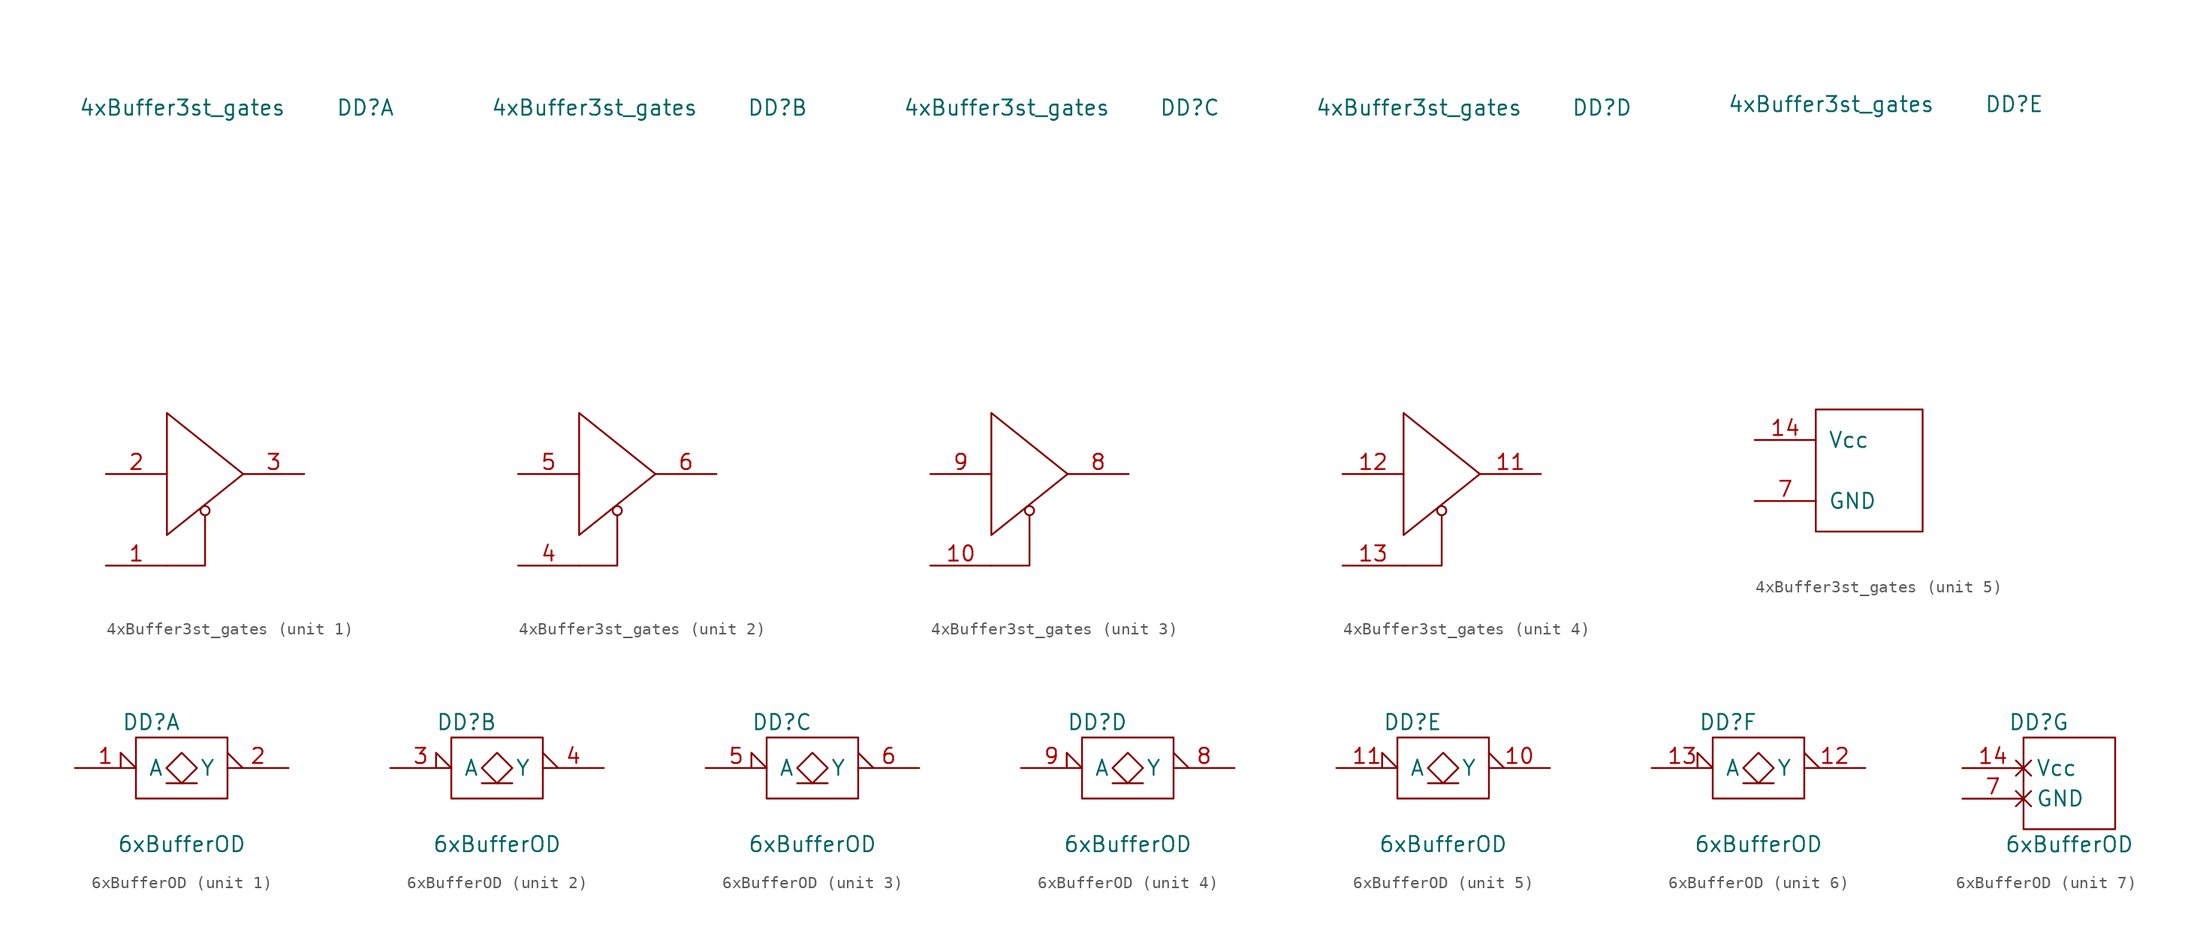
<source format=kicad_sym>
(kicad_symbol_lib
  (version 20201005)
  (generator kicad_symbol_editor)
  (symbol "standard_logic:4xBuffer3st_gates"
    (pin_names
      (offset 1.016))
    (property "Reference" "DD"
      (at 13.97 30.48 0)
      (effects (font (size 1.27 1.27))))
    (property "Value" "4xBuffer3st_gates"
      (at -1.27 30.48 0)
      (effects (font (size 1.27 1.27))))
    (property "ki_locked" ""
      (at 0 0 0)
      (effects (font (size 1.27 1.27))))
    (symbol "4xBuffer3st_gates_1_1"
      (circle (center 0.635 -3.048) (radius 0.381) (stroke (width 0)) (fill (type none)))
      (polyline (pts (xy -2.54 -7.62) (xy 0 -7.62) (xy 0.635 -7.62) (xy 0.635 -3.429)) (stroke (width 0)) (fill (type none)))
      (polyline (pts (xy -2.54 -5.08) (xy -2.54 5.08) (xy 3.81 0) (xy -2.54 -5.08)) (stroke (width 0)) (fill (type none)))
      (pin passive line (at -7.62 -7.62 0) (length 5.08) (name "~" (effects (font (size 1.27 1.27)))) (number "1" (effects (font (size 1.27 1.27)))))
      (pin passive line (at -7.62 0 0) (length 5.08) (name "~" (effects (font (size 1.27 1.27)))) (number "2" (effects (font (size 1.27 1.27)))))
      (pin passive line (at 8.89 0 180) (length 5.08) (name "~" (effects (font (size 1.27 1.27)))) (number "3" (effects (font (size 1.27 1.27))))))
    (symbol "4xBuffer3st_gates_2_1"
      (circle (center 0.635 -3.048) (radius 0.381) (stroke (width 0)) (fill (type none)))
      (polyline (pts (xy -2.54 -7.62) (xy 0 -7.62) (xy 0.635 -7.62) (xy 0.635 -3.429)) (stroke (width 0)) (fill (type none)))
      (polyline (pts (xy -2.54 -5.08) (xy -2.54 5.08) (xy 3.81 0) (xy -2.54 -5.08)) (stroke (width 0)) (fill (type none)))
      (pin passive line (at -7.62 -7.62 0) (length 5.08) (name "~" (effects (font (size 1.27 1.27)))) (number "4" (effects (font (size 1.27 1.27)))))
      (pin passive line (at -7.62 0 0) (length 5.08) (name "~" (effects (font (size 1.27 1.27)))) (number "5" (effects (font (size 1.27 1.27)))))
      (pin passive line (at 8.89 0 180) (length 5.08) (name "~" (effects (font (size 1.27 1.27)))) (number "6" (effects (font (size 1.27 1.27))))))
    (symbol "4xBuffer3st_gates_3_1"
      (circle (center 0.635 -3.048) (radius 0.381) (stroke (width 0)) (fill (type none)))
      (polyline (pts (xy -2.54 -7.62) (xy 0 -7.62) (xy 0.635 -7.62) (xy 0.635 -3.429)) (stroke (width 0)) (fill (type none)))
      (polyline (pts (xy -2.54 -5.08) (xy -2.54 5.08) (xy 3.81 0) (xy -2.54 -5.08)) (stroke (width 0)) (fill (type none)))
      (pin passive line (at -7.62 -7.62 0) (length 5.08) (name "~" (effects (font (size 1.27 1.27)))) (number "10" (effects (font (size 1.27 1.27)))))
      (pin passive line (at 8.89 0 180) (length 5.08) (name "~" (effects (font (size 1.27 1.27)))) (number "8" (effects (font (size 1.27 1.27)))))
      (pin passive line (at -7.62 0 0) (length 5.08) (name "~" (effects (font (size 1.27 1.27)))) (number "9" (effects (font (size 1.27 1.27))))))
    (symbol "4xBuffer3st_gates_4_1"
      (circle (center 0.635 -3.048) (radius 0.381) (stroke (width 0)) (fill (type none)))
      (polyline (pts (xy -2.54 -7.62) (xy 0 -7.62) (xy 0.635 -7.62) (xy 0.635 -3.429)) (stroke (width 0)) (fill (type none)))
      (polyline (pts (xy -2.54 -5.08) (xy -2.54 5.08) (xy 3.81 0) (xy -2.54 -5.08)) (stroke (width 0)) (fill (type none)))
      (pin passive line (at 8.89 0 180) (length 5.08) (name "~" (effects (font (size 1.27 1.27)))) (number "11" (effects (font (size 1.27 1.27)))))
      (pin passive line (at -7.62 0 0) (length 5.08) (name "~" (effects (font (size 1.27 1.27)))) (number "12" (effects (font (size 1.27 1.27)))))
      (pin passive line (at -7.62 -7.62 0) (length 5.08) (name "~" (effects (font (size 1.27 1.27)))) (number "13" (effects (font (size 1.27 1.27))))))
    (symbol "4xBuffer3st_gates_5_1"
      (rectangle (start -2.54 5.08) (end 6.35 -5.08) (stroke (width 0)) (fill (type none)))
      (pin power_in line (at -7.62 2.54 0) (length 5.08) (name "Vcc" (effects (font (size 1.27 1.27)))) (number "14" (effects (font (size 1.27 1.27)))))
      (pin power_in line (at -7.62 -2.54 0) (length 5.08) (name "GND" (effects (font (size 1.27 1.27)))) (number "7" (effects (font (size 1.27 1.27)))))))
  (symbol "standard_logic:6xBufferOD"
    (pin_names
      (offset 1.016))
    (property "Reference" "DD"
      (at -2.54 3.81 0)
      (effects (font (size 1.27 1.27))))
    (property "Value" "6xBufferOD"
      (at 0 -6.35 0)
      (effects (font (size 1.27 1.27))))
    (property "ki_locked" ""
      (at 0 0 0)
      (effects (font (size 1.27 1.27))))
    (symbol "6xBufferOD_1_1"
      (rectangle (start -3.81 2.54) (end 3.81 -2.54) (stroke (width 0)) (fill (type none)))
      (polyline (pts (xy -1.27 -1.27) (xy 1.27 -1.27)) (stroke (width 0)) (fill (type none)))
      (polyline (pts (xy -1.27 0) (xy 0 1.27) (xy 1.27 0) (xy 0 -1.27) (xy -1.27 0)) (stroke (width 0)) (fill (type none)))
      (pin passive input_low (at -8.89 0 0) (length 5.08) (name "A" (effects (font (size 1.27 1.27)))) (number "1" (effects (font (size 1.27 1.27)))))
      (pin passive output_low (at 8.89 0 180) (length 5.08) (name "Y" (effects (font (size 1.27 1.27)))) (number "2" (effects (font (size 1.27 1.27))))))
    (symbol "6xBufferOD_2_1"
      (rectangle (start -3.81 2.54) (end 3.81 -2.54) (stroke (width 0)) (fill (type none)))
      (polyline (pts (xy -1.27 -1.27) (xy 1.27 -1.27)) (stroke (width 0)) (fill (type none)))
      (polyline (pts (xy -1.27 0) (xy 0 1.27) (xy 1.27 0) (xy 0 -1.27) (xy -1.27 0)) (stroke (width 0)) (fill (type none)))
      (pin passive input_low (at -8.89 0 0) (length 5.08) (name "A" (effects (font (size 1.27 1.27)))) (number "3" (effects (font (size 1.27 1.27)))))
      (pin passive output_low (at 8.89 0 180) (length 5.08) (name "Y" (effects (font (size 1.27 1.27)))) (number "4" (effects (font (size 1.27 1.27))))))
    (symbol "6xBufferOD_3_1"
      (rectangle (start -3.81 2.54) (end 3.81 -2.54) (stroke (width 0)) (fill (type none)))
      (polyline (pts (xy -1.27 -1.27) (xy 1.27 -1.27)) (stroke (width 0)) (fill (type none)))
      (polyline (pts (xy -1.27 0) (xy 0 1.27) (xy 1.27 0) (xy 0 -1.27) (xy -1.27 0)) (stroke (width 0)) (fill (type none)))
      (pin passive input_low (at -8.89 0 0) (length 5.08) (name "A" (effects (font (size 1.27 1.27)))) (number "5" (effects (font (size 1.27 1.27)))))
      (pin passive output_low (at 8.89 0 180) (length 5.08) (name "Y" (effects (font (size 1.27 1.27)))) (number "6" (effects (font (size 1.27 1.27))))))
    (symbol "6xBufferOD_4_1"
      (rectangle (start -3.81 2.54) (end 3.81 -2.54) (stroke (width 0)) (fill (type none)))
      (polyline (pts (xy -1.27 -1.27) (xy 1.27 -1.27)) (stroke (width 0)) (fill (type none)))
      (polyline (pts (xy -1.27 0) (xy 0 1.27) (xy 1.27 0) (xy 0 -1.27) (xy -1.27 0)) (stroke (width 0)) (fill (type none)))
      (pin passive output_low (at 8.89 0 180) (length 5.08) (name "Y" (effects (font (size 1.27 1.27)))) (number "8" (effects (font (size 1.27 1.27)))))
      (pin passive input_low (at -8.89 0 0) (length 5.08) (name "A" (effects (font (size 1.27 1.27)))) (number "9" (effects (font (size 1.27 1.27))))))
    (symbol "6xBufferOD_5_1"
      (rectangle (start -3.81 2.54) (end 3.81 -2.54) (stroke (width 0)) (fill (type none)))
      (polyline (pts (xy -1.27 -1.27) (xy 1.27 -1.27)) (stroke (width 0)) (fill (type none)))
      (polyline (pts (xy -1.27 0) (xy 0 1.27) (xy 1.27 0) (xy 0 -1.27) (xy -1.27 0)) (stroke (width 0)) (fill (type none)))
      (pin passive output_low (at 8.89 0 180) (length 5.08) (name "Y" (effects (font (size 1.27 1.27)))) (number "10" (effects (font (size 1.27 1.27)))))
      (pin passive input_low (at -8.89 0 0) (length 5.08) (name "A" (effects (font (size 1.27 1.27)))) (number "11" (effects (font (size 1.27 1.27))))))
    (symbol "6xBufferOD_6_1"
      (rectangle (start -3.81 2.54) (end 3.81 -2.54) (stroke (width 0)) (fill (type none)))
      (polyline (pts (xy -1.27 -1.27) (xy 1.27 -1.27)) (stroke (width 0)) (fill (type none)))
      (polyline (pts (xy -1.27 0) (xy 0 1.27) (xy 1.27 0) (xy 0 -1.27) (xy -1.27 0)) (stroke (width 0)) (fill (type none)))
      (pin passive output_low (at 8.89 0 180) (length 5.08) (name "Y" (effects (font (size 1.27 1.27)))) (number "12" (effects (font (size 1.27 1.27)))))
      (pin passive input_low (at -8.89 0 0) (length 5.08) (name "A" (effects (font (size 1.27 1.27)))) (number "13" (effects (font (size 1.27 1.27))))))
    (symbol "6xBufferOD_7_1"
      (rectangle (start -3.81 2.54) (end 3.81 -5.08) (stroke (width 0)) (fill (type none)))
      (pin power_in non_logic (at -8.89 0 0) (length 5.08) (name "Vcc" (effects (font (size 1.27 1.27)))) (number "14" (effects (font (size 1.27 1.27)))))
      (pin power_in non_logic (at -8.89 -2.54 0) (length 5.08) (name "GND" (effects (font (size 1.27 1.27)))) (number "7" (effects (font (size 1.27 1.27))))))))
</source>
